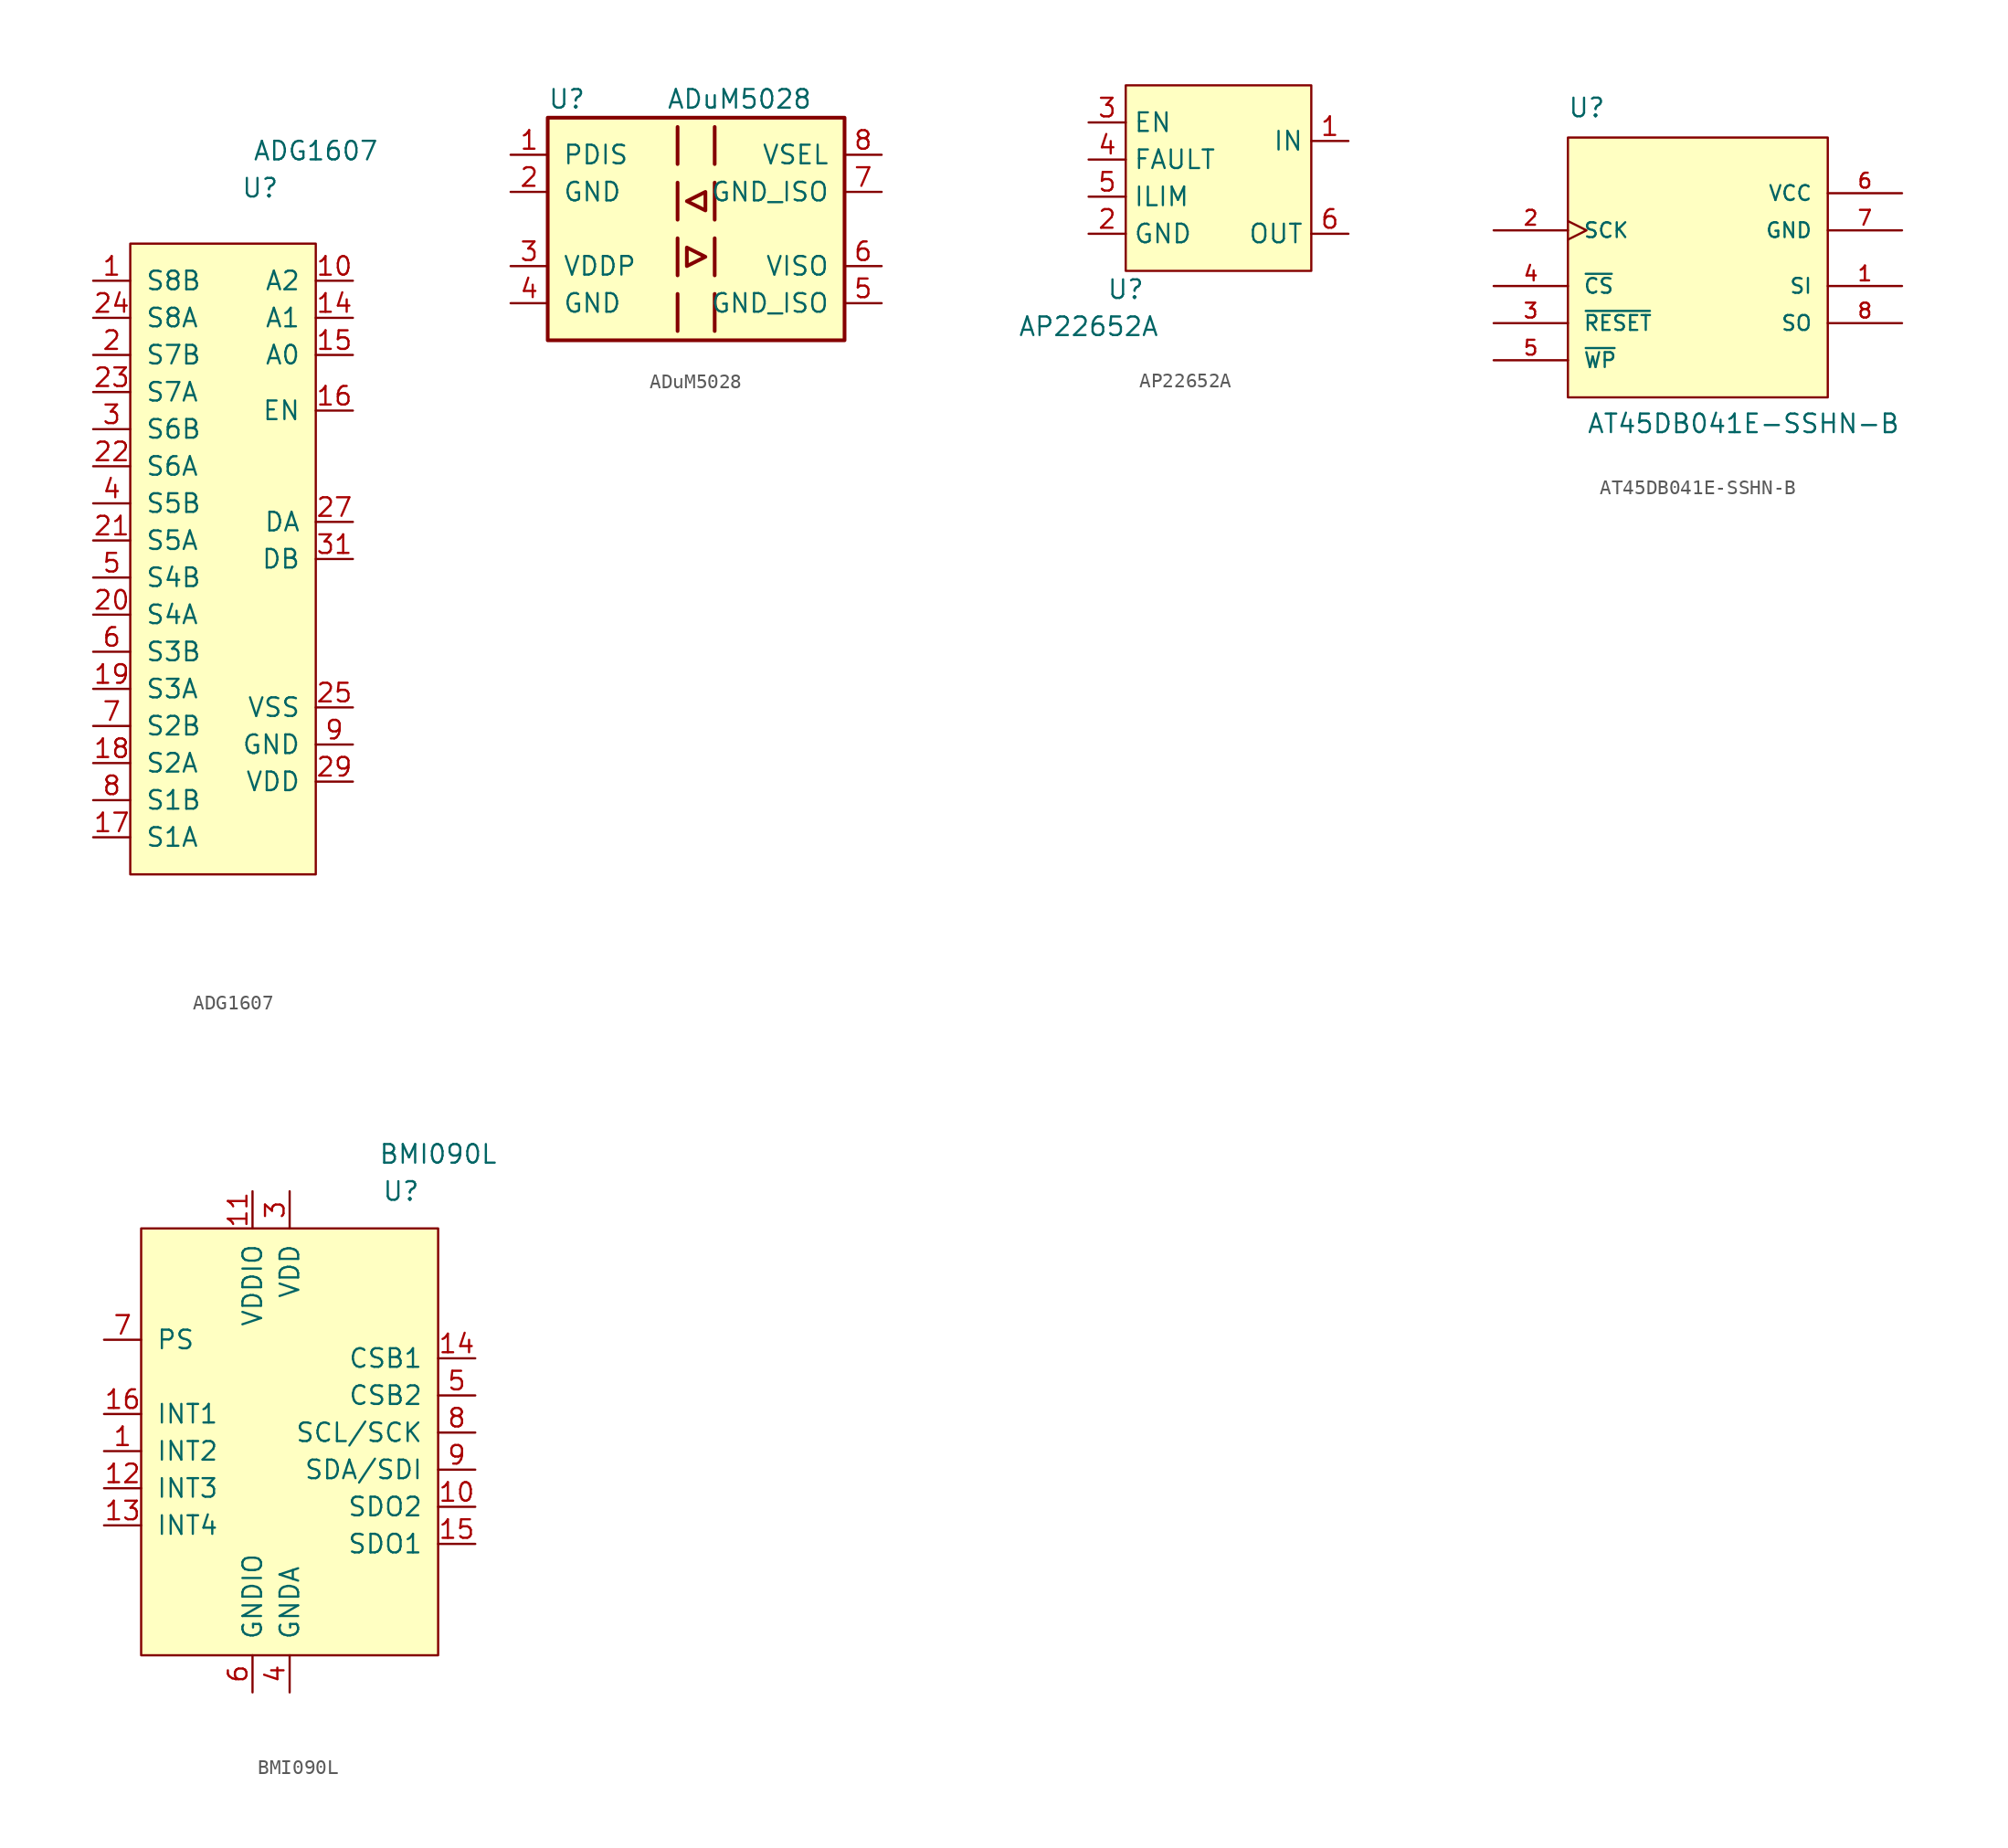
<source format=kicad_sym>
(kicad_symbol_lib
  (version 20211014)
  (generator kicad_symbol_editor)
  (symbol "ADG1607"
    (pin_names
      (offset 1.016))
    (property "Reference" "U"
      (at 2.54 13.97 0)
      (effects (font (size 1.27 1.27))))
    (property "Value" "ADG1607"
      (at 6.35 16.51 0)
      (effects (font (size 1.27 1.27))))
    (symbol "ADG1607_0_0"
      (pin bidirectional line (at -8.89 7.62 0) (length 2.54) (name "S8B" (effects (font (size 1.27 1.27)))) (number "1" (effects (font (size 1.27 1.27)))))
      (pin input line (at 8.89 7.62 180) (length 2.54) (name "A2" (effects (font (size 1.27 1.27)))) (number "10" (effects (font (size 1.27 1.27)))))
      (pin no_connect line (at 5.08 -35.56 90) (length 2.54) hide (name "NC" (effects (font (size 1.27 1.27)))) (number "11" (effects (font (size 1.27 1.27)))))
      (pin no_connect line (at 2.54 -35.56 90) (length 2.54) hide (name "NC" (effects (font (size 1.27 1.27)))) (number "12" (effects (font (size 1.27 1.27)))))
      (pin no_connect line (at 0 -35.56 90) (length 2.54) hide (name "NC" (effects (font (size 1.27 1.27)))) (number "13" (effects (font (size 1.27 1.27)))))
      (pin input line (at 8.89 5.08 180) (length 2.54) (name "A1" (effects (font (size 1.27 1.27)))) (number "14" (effects (font (size 1.27 1.27)))))
      (pin input line (at 8.89 2.54 180) (length 2.54) (name "A0" (effects (font (size 1.27 1.27)))) (number "15" (effects (font (size 1.27 1.27)))))
      (pin input line (at 8.89 -1.27 180) (length 2.54) (name "EN" (effects (font (size 1.27 1.27)))) (number "16" (effects (font (size 1.27 1.27)))))
      (pin bidirectional line (at -8.89 -30.48 0) (length 2.54) (name "S1A" (effects (font (size 1.27 1.27)))) (number "17" (effects (font (size 1.27 1.27)))))
      (pin bidirectional line (at -8.89 -25.4 0) (length 2.54) (name "S2A" (effects (font (size 1.27 1.27)))) (number "18" (effects (font (size 1.27 1.27)))))
      (pin bidirectional line (at -8.89 -20.32 0) (length 2.54) (name "S3A" (effects (font (size 1.27 1.27)))) (number "19" (effects (font (size 1.27 1.27)))))
      (pin bidirectional line (at -8.89 2.54 0) (length 2.54) (name "S7B" (effects (font (size 1.27 1.27)))) (number "2" (effects (font (size 1.27 1.27)))))
      (pin bidirectional line (at -8.89 -15.24 0) (length 2.54) (name "S4A" (effects (font (size 1.27 1.27)))) (number "20" (effects (font (size 1.27 1.27)))))
      (pin bidirectional line (at -8.89 -10.16 0) (length 2.54) (name "S5A" (effects (font (size 1.27 1.27)))) (number "21" (effects (font (size 1.27 1.27)))))
      (pin bidirectional line (at -8.89 -5.08 0) (length 2.54) (name "S6A" (effects (font (size 1.27 1.27)))) (number "22" (effects (font (size 1.27 1.27)))))
      (pin bidirectional line (at -8.89 0 0) (length 2.54) (name "S7A" (effects (font (size 1.27 1.27)))) (number "23" (effects (font (size 1.27 1.27)))))
      (pin bidirectional line (at -8.89 5.08 0) (length 2.54) (name "S8A" (effects (font (size 1.27 1.27)))) (number "24" (effects (font (size 1.27 1.27)))))
      (pin power_in line (at 8.89 -21.59 180) (length 2.54) (name "VSS" (effects (font (size 1.27 1.27)))) (number "25" (effects (font (size 1.27 1.27)))))
      (pin no_connect line (at -2.54 -35.56 90) (length 2.54) hide (name "NC" (effects (font (size 1.27 1.27)))) (number "26" (effects (font (size 1.27 1.27)))))
      (pin bidirectional line (at 8.89 -8.89 180) (length 2.54) (name "DA" (effects (font (size 1.27 1.27)))) (number "27" (effects (font (size 1.27 1.27)))))
      (pin no_connect line (at 8.89 -13.97 180) (length 2.54) hide (name "NC" (effects (font (size 1.27 1.27)))) (number "28" (effects (font (size 1.27 1.27)))))
      (pin power_in line (at 8.89 -26.67 180) (length 2.54) (name "VDD" (effects (font (size 1.27 1.27)))) (number "29" (effects (font (size 1.27 1.27)))))
      (pin bidirectional line (at -8.89 -2.54 0) (length 2.54) (name "S6B" (effects (font (size 1.27 1.27)))) (number "3" (effects (font (size 1.27 1.27)))))
      (pin no_connect line (at 8.89 -16.51 180) (length 2.54) hide (name "NC" (effects (font (size 1.27 1.27)))) (number "30" (effects (font (size 1.27 1.27)))))
      (pin bidirectional line (at 8.89 -11.43 180) (length 2.54) (name "DB" (effects (font (size 1.27 1.27)))) (number "31" (effects (font (size 1.27 1.27)))))
      (pin no_connect line (at 8.89 -19.05 180) (length 2.54) hide (name "NC" (effects (font (size 1.27 1.27)))) (number "32" (effects (font (size 1.27 1.27)))))
      (pin bidirectional line (at -8.89 -7.62 0) (length 2.54) (name "S5B" (effects (font (size 1.27 1.27)))) (number "4" (effects (font (size 1.27 1.27)))))
      (pin bidirectional line (at -8.89 -12.7 0) (length 2.54) (name "S4B" (effects (font (size 1.27 1.27)))) (number "5" (effects (font (size 1.27 1.27)))))
      (pin bidirectional line (at -8.89 -17.78 0) (length 2.54) (name "S3B" (effects (font (size 1.27 1.27)))) (number "6" (effects (font (size 1.27 1.27)))))
      (pin bidirectional line (at -8.89 -22.86 0) (length 2.54) (name "S2B" (effects (font (size 1.27 1.27)))) (number "7" (effects (font (size 1.27 1.27)))))
      (pin bidirectional line (at -8.89 -27.94 0) (length 2.54) (name "S1B" (effects (font (size 1.27 1.27)))) (number "8" (effects (font (size 1.27 1.27)))))
      (pin power_in line (at 8.89 -24.13 180) (length 2.54) (name "GND" (effects (font (size 1.27 1.27)))) (number "9" (effects (font (size 1.27 1.27))))))
    (symbol "ADG1607_0_1"
      (rectangle (start -6.35 10.16) (end 6.35 -33.02) (stroke (width 0) (type default) (color 0 0 0 0)) (fill (type background)))))
  (symbol "ADuM5028"
    (pin_names
      (offset 1.016))
    (property "Reference" "U"
      (at -10.16 8.89 0)
      (effects (font (size 1.27 1.27)) (justify left)))
    (property "Value" "ADuM5028"
      (at -2.032 8.89 0)
      (effects (font (size 1.27 1.27)) (justify left)))
    (symbol "ADuM5028_0_1"
      (rectangle (start -10.16 7.62) (end 10.16 -7.62) (stroke (width 0.254) (type default) (color 0 0 0 0)) (fill (type background)))
      (polyline (pts (xy -1.27 -4.445) (xy -1.27 -6.985)) (stroke (width 0.254) (type default) (color 0 0 0 0)) (fill (type none)))
      (polyline (pts (xy -1.27 -0.635) (xy -1.27 -3.175)) (stroke (width 0.254) (type default) (color 0 0 0 0)) (fill (type none)))
      (polyline (pts (xy -1.27 3.175) (xy -1.27 0.635)) (stroke (width 0.254) (type default) (color 0 0 0 0)) (fill (type none)))
      (polyline (pts (xy -1.27 6.985) (xy -1.27 4.445)) (stroke (width 0.254) (type default) (color 0 0 0 0)) (fill (type none)))
      (polyline (pts (xy 1.27 -4.445) (xy 1.27 -6.985)) (stroke (width 0.254) (type default) (color 0 0 0 0)) (fill (type none)))
      (polyline (pts (xy 1.27 -0.635) (xy 1.27 -3.175)) (stroke (width 0.254) (type default) (color 0 0 0 0)) (fill (type none)))
      (polyline (pts (xy 1.27 3.175) (xy 1.27 0.635)) (stroke (width 0.254) (type default) (color 0 0 0 0)) (fill (type none)))
      (polyline (pts (xy 1.27 6.985) (xy 1.27 4.445)) (stroke (width 0.254) (type default) (color 0 0 0 0)) (fill (type none)))
      (polyline (pts (xy -0.635 -1.27) (xy -0.635 -2.54) (xy 0.635 -1.905) (xy -0.635 -1.27)) (stroke (width 0.254) (type default) (color 0 0 0 0)) (fill (type none)))
      (polyline (pts (xy 0.635 2.54) (xy 0.635 1.27) (xy -0.635 1.905) (xy 0.635 2.54)) (stroke (width 0.254) (type default) (color 0 0 0 0)) (fill (type none))))
    (symbol "ADuM5028_1_1"
      (pin input line (at -12.7 5.08 0) (length 2.54) (name "PDIS" (effects (font (size 1.27 1.27)))) (number "1" (effects (font (size 1.27 1.27)))))
      (pin power_in line (at -12.7 2.54 0) (length 2.54) (name "GND" (effects (font (size 1.27 1.27)))) (number "2" (effects (font (size 1.27 1.27)))))
      (pin power_in line (at -12.7 -2.54 0) (length 2.54) (name "VDDP" (effects (font (size 1.27 1.27)))) (number "3" (effects (font (size 1.27 1.27)))))
      (pin power_in line (at -12.7 -5.08 0) (length 2.54) (name "GND" (effects (font (size 1.27 1.27)))) (number "4" (effects (font (size 1.27 1.27)))))
      (pin power_out line (at 12.7 -5.08 180) (length 2.54) (name "GND_ISO" (effects (font (size 1.27 1.27)))) (number "5" (effects (font (size 1.27 1.27)))))
      (pin power_out line (at 12.7 -2.54 180) (length 2.54) (name "VISO" (effects (font (size 1.27 1.27)))) (number "6" (effects (font (size 1.27 1.27)))))
      (pin power_out line (at 12.7 2.54 180) (length 2.54) (name "GND_ISO" (effects (font (size 1.27 1.27)))) (number "7" (effects (font (size 1.27 1.27)))))
      (pin input line (at 12.7 5.08 180) (length 2.54) (name "VSEL" (effects (font (size 1.27 1.27)))) (number "8" (effects (font (size 1.27 1.27)))))))
  (symbol "AP22652A"
    (property "Reference" "U"
      (at -6.35 -7.62 0)
      (effects (font (size 1.27 1.27))))
    (property "Value" "AP22652A"
      (at -8.89 -10.16 0)
      (effects (font (size 1.27 1.27))))
    (symbol "AP22652A_0_0"
      (pin power_in line (at 8.89 2.54 180) (length 2.54) (name "IN" (effects (font (size 1.27 1.27)))) (number "1" (effects (font (size 1.27 1.27)))))
      (pin power_in line (at -8.89 -3.81 0) (length 2.54) (name "GND" (effects (font (size 1.27 1.27)))) (number "2" (effects (font (size 1.27 1.27)))))
      (pin input line (at -8.89 3.81 0) (length 2.54) (name "EN" (effects (font (size 1.27 1.27)))) (number "3" (effects (font (size 1.27 1.27)))))
      (pin output line (at -8.89 1.27 0) (length 2.54) (name "FAULT" (effects (font (size 1.27 1.27)))) (number "4" (effects (font (size 1.27 1.27)))))
      (pin input line (at -8.89 -1.27 0) (length 2.54) (name "ILIM" (effects (font (size 1.27 1.27)))) (number "5" (effects (font (size 1.27 1.27)))))
      (pin power_out line (at 8.89 -3.81 180) (length 2.54) (name "OUT" (effects (font (size 1.27 1.27)))) (number "6" (effects (font (size 1.27 1.27))))))
    (symbol "AP22652A_0_1"
      (rectangle (start -6.35 6.35) (end 6.35 -6.35) (stroke (width 0.152) (type default) (color 0 0 0 0)) (fill (type background)))))
  (symbol "AT45DB041E-SSHN-B"
    (pin_names
      (offset 1.016))
    (property "Reference" "U"
      (at -8.915 17.805 0)
      (effects (font (size 1.27 1.27)) (justify left bottom)))
    (property "Value" "AT45DB041E-SSHN-B"
      (at -7.62 -3.81 0)
      (effects (font (size 1.27 1.27)) (justify left bottom)))
    (property "ki_locked" ""
      (at 0 0 0)
      (effects (font (size 1.27 1.27))))
    (symbol "AT45DB041E-SSHN-B_0_0"
      (pin input line (at 13.97 6.35 180) (length 5.08) (name "SI" (effects (font (size 1.016 1.016)))) (number "1" (effects (font (size 1.016 1.016)))))
      (pin input clock (at -13.97 10.16 0) (length 5.08) (name "SCK" (effects (font (size 1.016 1.016)))) (number "2" (effects (font (size 1.016 1.016)))))
      (pin input line (at -13.97 3.81 0) (length 5.08) (name "~{RESET}" (effects (font (size 1.016 1.016)))) (number "3" (effects (font (size 1.016 1.016)))))
      (pin input line (at -13.97 6.35 0) (length 5.08) (name "~{CS}" (effects (font (size 1.016 1.016)))) (number "4" (effects (font (size 1.016 1.016)))))
      (pin input line (at -13.97 1.27 0) (length 5.08) (name "~{WP}" (effects (font (size 1.016 1.016)))) (number "5" (effects (font (size 1.016 1.016)))))
      (pin power_in line (at 13.97 12.7 180) (length 5.08) (name "VCC" (effects (font (size 1.016 1.016)))) (number "6" (effects (font (size 1.016 1.016)))))
      (pin passive line (at 13.97 10.16 180) (length 5.08) (name "GND" (effects (font (size 1.016 1.016)))) (number "7" (effects (font (size 1.016 1.016)))))
      (pin output line (at 13.97 3.81 180) (length 5.08) (name "SO" (effects (font (size 1.016 1.016)))) (number "8" (effects (font (size 1.016 1.016))))))
    (symbol "AT45DB041E-SSHN-B_1_1"
      (rectangle (start 8.89 -1.27) (end -8.89 16.51) (stroke (width 0) (type default) (color 0 0 0 0)) (fill (type background)))))
  (symbol "BMI090L"
    (pin_names
      (offset 1.016))
    (property "Reference" "U"
      (at 7.62 12.7 0)
      (effects (font (size 1.27 1.27))))
    (property "Value" "BMI090L"
      (at 10.16 15.24 0)
      (effects (font (size 1.27 1.27))))
    (symbol "BMI090L_0_0"
      (pin bidirectional line (at -12.7 -5.08 0) (length 2.54) (name "INT2" (effects (font (size 1.27 1.27)))) (number "1" (effects (font (size 1.27 1.27)))))
      (pin output line (at 12.7 -8.89 180) (length 2.54) (name "SDO2" (effects (font (size 1.27 1.27)))) (number "10" (effects (font (size 1.27 1.27)))))
      (pin power_in line (at -2.54 12.7 270) (length 2.54) (name "VDDIO" (effects (font (size 1.27 1.27)))) (number "11" (effects (font (size 1.27 1.27)))))
      (pin bidirectional line (at -12.7 -7.62 0) (length 2.54) (name "INT3" (effects (font (size 1.27 1.27)))) (number "12" (effects (font (size 1.27 1.27)))))
      (pin bidirectional line (at -12.7 -10.16 0) (length 2.54) (name "INT4" (effects (font (size 1.27 1.27)))) (number "13" (effects (font (size 1.27 1.27)))))
      (pin input line (at 12.7 1.27 180) (length 2.54) (name "CSB1" (effects (font (size 1.27 1.27)))) (number "14" (effects (font (size 1.27 1.27)))))
      (pin output line (at 12.7 -11.43 180) (length 2.54) (name "SDO1" (effects (font (size 1.27 1.27)))) (number "15" (effects (font (size 1.27 1.27)))))
      (pin bidirectional line (at -12.7 -2.54 0) (length 2.54) (name "INT1" (effects (font (size 1.27 1.27)))) (number "16" (effects (font (size 1.27 1.27)))))
      (pin no_connect line (at -11.43 -13.97 0) (length 2.54) hide (name "NC" (effects (font (size 1.27 1.27)))) (number "2" (effects (font (size 1.27 1.27)))))
      (pin power_in line (at 0 12.7 270) (length 2.54) (name "VDD" (effects (font (size 1.27 1.27)))) (number "3" (effects (font (size 1.27 1.27)))))
      (pin power_in line (at 0 -21.59 90) (length 2.54) (name "GNDA" (effects (font (size 1.27 1.27)))) (number "4" (effects (font (size 1.27 1.27)))))
      (pin input line (at 12.7 -1.27 180) (length 2.54) (name "CSB2" (effects (font (size 1.27 1.27)))) (number "5" (effects (font (size 1.27 1.27)))))
      (pin power_in line (at -2.54 -21.59 90) (length 2.54) (name "GNDIO" (effects (font (size 1.27 1.27)))) (number "6" (effects (font (size 1.27 1.27)))))
      (pin input line (at -12.7 2.54 0) (length 2.54) (name "PS" (effects (font (size 1.27 1.27)))) (number "7" (effects (font (size 1.27 1.27)))))
      (pin input line (at 12.7 -3.81 180) (length 2.54) (name "SCL/SCK" (effects (font (size 1.27 1.27)))) (number "8" (effects (font (size 1.27 1.27)))))
      (pin bidirectional line (at 12.7 -6.35 180) (length 2.54) (name "SDA/SDI" (effects (font (size 1.27 1.27)))) (number "9" (effects (font (size 1.27 1.27))))))
    (symbol "BMI090L_0_1"
      (rectangle (start 10.16 10.16) (end -10.16 -19.05) (stroke (width 0) (type default) (color 0 0 0 0)) (fill (type background))))))
</source>
